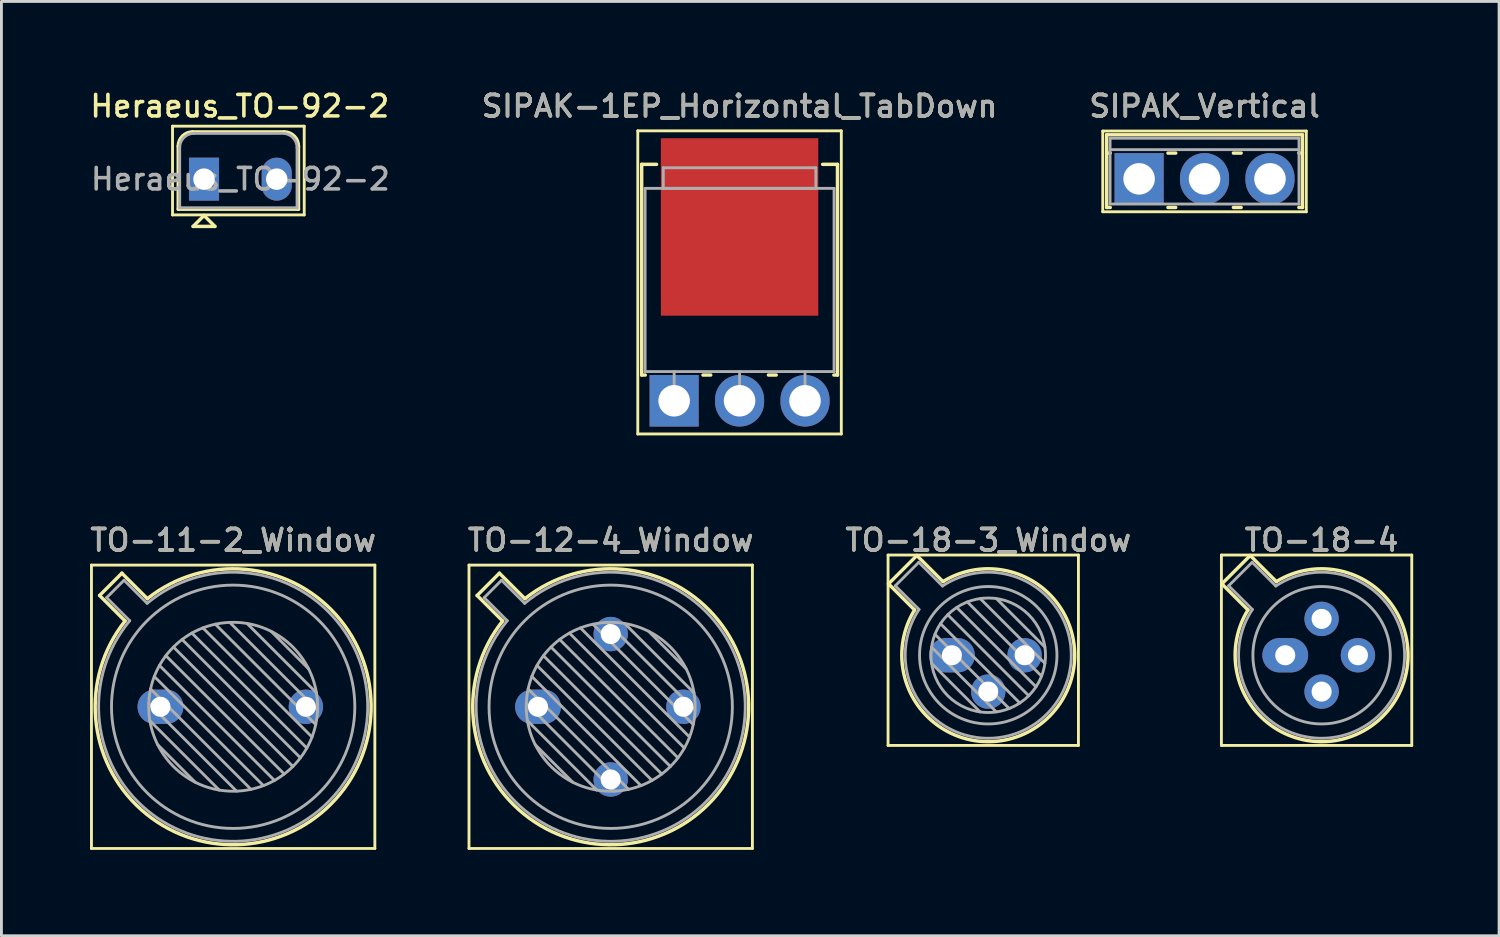
<source format=kicad_pcb>
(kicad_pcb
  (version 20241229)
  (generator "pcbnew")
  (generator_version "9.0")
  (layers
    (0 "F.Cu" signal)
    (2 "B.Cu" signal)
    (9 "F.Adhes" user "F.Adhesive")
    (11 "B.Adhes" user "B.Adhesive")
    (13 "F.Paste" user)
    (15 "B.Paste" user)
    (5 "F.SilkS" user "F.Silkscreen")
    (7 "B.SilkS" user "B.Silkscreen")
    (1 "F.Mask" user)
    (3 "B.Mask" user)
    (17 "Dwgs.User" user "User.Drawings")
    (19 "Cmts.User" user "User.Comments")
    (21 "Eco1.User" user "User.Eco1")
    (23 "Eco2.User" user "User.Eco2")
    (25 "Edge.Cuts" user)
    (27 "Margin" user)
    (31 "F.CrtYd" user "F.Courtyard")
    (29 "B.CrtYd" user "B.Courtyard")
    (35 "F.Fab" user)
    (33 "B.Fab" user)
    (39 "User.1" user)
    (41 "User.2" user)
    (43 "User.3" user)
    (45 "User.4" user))
  (footprint "TO-18-3_Window"
    (layer "F.Cu")
    (at 30.203 19.84)
    (property "Reference" "TO-18-3_Window" (at 1.27 -4.02 0) (layer "F.SilkS") (effects (font (size 0.75 0.75) (thickness 0.125))))
    (attr through_hole)
    (fp_line (start -2.23 -3.5) (end -2.23 3.15) (stroke (width 0.1) (type solid)) (layer "F.SilkS"))
    (fp_line (start -2.23 3.15) (end 4.42 3.15) (stroke (width 0.1) (type solid)) (layer "F.SilkS"))
    (fp_line (start -2.214 -2.494) (end -1.302 -1.582) (stroke (width 0.12) (type solid)) (layer "F.SilkS"))
    (fp_line (start -1.224 -3.484) (end -2.214 -2.494) (stroke (width 0.12) (type solid)) (layer "F.SilkS"))
    (fp_line (start -0.312 -2.572) (end -1.224 -3.484) (stroke (width 0.12) (type solid)) (layer "F.SilkS"))
    (fp_line (start 4.42 -3.5) (end -2.23 -3.5) (stroke (width 0.1) (type solid)) (layer "F.SilkS"))
    (fp_line (start 4.42 3.15) (end 4.42 -3.5) (stroke (width 0.1) (type solid)) (layer "F.SilkS"))
    (fp_arc (start -0.312331 -2.572281) (mid 3.405462 2.135462) (end -1.302281 -1.582331) (stroke (width 0.12) (type solid)) (layer "F.SilkS"))
    (fp_line (start -1.977 -2.426) (end -1.149 -1.599) (stroke (width 0.1) (type solid)) (layer "F.Fab"))
    (fp_line (start -1.156 -3.247) (end -1.977 -2.426) (stroke (width 0.1) (type solid)) (layer "F.Fab"))
    (fp_line (start -0.71 -0.283) (end 1.553 1.98) (stroke (width 0.1) (type solid)) (layer "F.Fab"))
    (fp_line (start -0.71 0.283) (end 0.987 1.98) (stroke (width 0.1) (type solid)) (layer "F.Fab"))
    (fp_line (start -0.592 -0.731) (end 2.001 1.862) (stroke (width 0.1) (type solid)) (layer "F.Fab"))
    (fp_line (start -0.399 -1.103) (end 2.373 1.669) (stroke (width 0.1) (type solid)) (layer "F.Fab"))
    (fp_line (start -0.329 -2.419) (end -1.156 -3.247) (stroke (width 0.1) (type solid)) (layer "F.Fab"))
    (fp_line (start -0.145 -1.415) (end 2.685 1.415) (stroke (width 0.1) (type solid)) (layer "F.Fab"))
    (fp_line (start 0.167 -1.669) (end 2.939 1.103) (stroke (width 0.1) (type solid)) (layer "F.Fab"))
    (fp_line (start 0.539 -1.862) (end 3.132 0.731) (stroke (width 0.1) (type solid)) (layer "F.Fab"))
    (fp_line (start 0.987 -1.98) (end 3.25 0.283) (stroke (width 0.1) (type solid)) (layer "F.Fab"))
    (fp_line (start 1.553 -1.98) (end 3.25 -0.283) (stroke (width 0.1) (type solid)) (layer "F.Fab"))
    (fp_arc (start -0.329057 -2.419301) (mid 3.32061 2.05061) (end -1.149301 -1.599057) (stroke (width 0.1) (type solid)) (layer "F.Fab"))
    (fp_circle (center 1.27 0) (end 3.27 0) (stroke (width 0.1) (type solid)) (fill no) (layer "F.Fab"))
    (fp_circle (center 1.27 0) (end 3.67 0) (stroke (width 0.1) (type solid)) (fill no) (layer "F.Fab"))
    (fp_text user "${REFERENCE}" (at 1.27 -4.02 0) (layer "F.Fab") (effects (font (size 0.75 0.75) (thickness 0.125))))
    (pad "1" thru_hole oval (at 0 0) (size 1.6 1.2) (drill 0.7) (layers "*.Cu" "*.Mask"))
    (pad "2" thru_hole circle (at 1.27 1.27) (size 1.2 1.2) (drill 0.7) (layers "*.Cu" "*.Mask"))
    (pad "3" thru_hole circle (at 2.54 0) (size 1.2 1.2) (drill 0.7) (layers "*.Cu" "*.Mask")))
  (footprint "SIPAK-1EP_Horizontal_TabDown"
    (layer "F.Cu")
    (at 20.5 10.951)
    (property "Reference" "SIPAK-1EP_Horizontal_TabDown" (at 2.286 -10.293 0) (layer "F.SilkS") (effects (font (size 0.75 0.75) (thickness 0.125))))
    (attr through_hole)
    (fp_line (start -1.27 -9.43) (end -1.27 1.16) (stroke (width 0.1) (type solid)) (layer "F.SilkS"))
    (fp_line (start -1.27 1.16) (end 5.84 1.16) (stroke (width 0.1) (type solid)) (layer "F.SilkS"))
    (fp_line (start -1.134 -8.26) (end -1.134 -0.9) (stroke (width 0.12) (type solid)) (layer "F.SilkS"))
    (fp_line (start -1.134 -8.26) (end -0.614 -8.26) (stroke (width 0.12) (type solid)) (layer "F.SilkS"))
    (fp_line (start -1.134 -0.9) (end -1.008 -0.9) (stroke (width 0.12) (type solid)) (layer "F.SilkS"))
    (fp_line (start 1.008 -0.9) (end 1.279 -0.9) (stroke (width 0.12) (type solid)) (layer "F.SilkS"))
    (fp_line (start 3.294 -0.9) (end 3.565 -0.9) (stroke (width 0.12) (type solid)) (layer "F.SilkS"))
    (fp_line (start 5.186 -8.26) (end 5.706 -8.26) (stroke (width 0.12) (type solid)) (layer "F.SilkS"))
    (fp_line (start 5.58 -0.9) (end 5.706 -0.9) (stroke (width 0.12) (type solid)) (layer "F.SilkS"))
    (fp_line (start 5.706 -8.26) (end 5.706 -0.9) (stroke (width 0.12) (type solid)) (layer "F.SilkS"))
    (fp_line (start 5.84 -9.43) (end -1.27 -9.43) (stroke (width 0.1) (type solid)) (layer "F.SilkS"))
    (fp_line (start 5.84 1.16) (end 5.84 -9.43) (stroke (width 0.1) (type solid)) (layer "F.SilkS"))
    (fp_line (start -1.014 -7.42) (end 5.586 -7.42) (stroke (width 0.1) (type solid)) (layer "F.Fab"))
    (fp_line (start -1.014 -1.02) (end -1.014 -7.42) (stroke (width 0.1) (type solid)) (layer "F.Fab"))
    (fp_line (start -0.379 -8.14) (end 4.951 -8.14) (stroke (width 0.1) (type solid)) (layer "F.Fab"))
    (fp_line (start -0.379 -7.42) (end -0.379 -8.14) (stroke (width 0.1) (type solid)) (layer "F.Fab"))
    (fp_line (start 0 -1.02) (end 0 0) (stroke (width 0.1) (type solid)) (layer "F.Fab"))
    (fp_line (start 2.286 -1.02) (end 2.286 0) (stroke (width 0.1) (type solid)) (layer "F.Fab"))
    (fp_line (start 4.572 -1.02) (end 4.572 0) (stroke (width 0.1) (type solid)) (layer "F.Fab"))
    (fp_line (start 4.951 -8.14) (end 4.951 -7.42) (stroke (width 0.1) (type solid)) (layer "F.Fab"))
    (fp_line (start 4.951 -7.42) (end -0.379 -7.42) (stroke (width 0.1) (type solid)) (layer "F.Fab"))
    (fp_line (start 5.586 -7.42) (end 5.586 -1.02) (stroke (width 0.1) (type solid)) (layer "F.Fab"))
    (fp_line (start 5.586 -1.02) (end -1.014 -1.02) (stroke (width 0.1) (type solid)) (layer "F.Fab"))
    (fp_text user "${REFERENCE}" (at 2.286 -10.293 0) (layer "F.Fab") (effects (font (size 0.75 0.75) (thickness 0.125))))
    (pad "1" thru_hole rect (at 0 0) (size 1.714 1.8) (drill 1.1) (layers "*.Cu" "*.Mask"))
    (pad "2" thru_hole oval (at 2.286 0) (size 1.714 1.8) (drill 1.1) (layers "*.Cu" "*.Mask"))
    (pad "3" thru_hole oval (at 4.572 0) (size 1.714 1.8) (drill 1.1) (layers "*.Cu" "*.Mask"))
    (pad "4" smd rect (at 2.286 -6.073) (size 5.5 6.2) (layers "F.Cu" "F.Mask" "F.Paste")))
  (footprint "TO-11-2_Window"
    (layer "F.Cu")
    (at 2.555 21.64)
    (property "Reference" "TO-11-2_Window" (at 2.54 -5.82 0) (layer "F.SilkS") (effects (font (size 0.75 0.75) (thickness 0.125))))
    (attr through_hole)
    (fp_line (start -2.41 -4.95) (end -2.41 4.95) (stroke (width 0.1) (type solid)) (layer "F.SilkS"))
    (fp_line (start -2.41 4.95) (end 7.49 4.95) (stroke (width 0.1) (type solid)) (layer "F.SilkS"))
    (fp_line (start -2.126 -3.888) (end -1.235 -2.997) (stroke (width 0.12) (type solid)) (layer "F.SilkS"))
    (fp_line (start -1.348 -4.666) (end -2.126 -3.888) (stroke (width 0.12) (type solid)) (layer "F.SilkS"))
    (fp_line (start -0.457 -3.775) (end -1.348 -4.666) (stroke (width 0.12) (type solid)) (layer "F.SilkS"))
    (fp_line (start 7.49 -4.95) (end -2.41 -4.95) (stroke (width 0.1) (type solid)) (layer "F.SilkS"))
    (fp_line (start 7.49 4.95) (end 7.49 -4.95) (stroke (width 0.1) (type solid)) (layer "F.SilkS"))
    (fp_arc (start -0.457084 -3.774902) (mid 5.948255 3.408255) (end -1.234902 -2.997084) (stroke (width 0.12) (type solid)) (layer "F.SilkS"))
    (fp_line (start -1.88 -3.812) (end -1.074 -3.005) (stroke (width 0.1) (type solid)) (layer "F.Fab"))
    (fp_line (start -1.272 -4.42) (end -1.88 -3.812) (stroke (width 0.1) (type solid)) (layer "F.Fab"))
    (fp_line (start -0.465 -3.614) (end -1.272 -4.42) (stroke (width 0.1) (type solid)) (layer "F.Fab"))
    (fp_line (start -0.408 -0.12) (end 2.66 2.948) (stroke (width 0.1) (type solid)) (layer "F.Fab"))
    (fp_line (start -0.371 0.485) (end 2.055 2.911) (stroke (width 0.1) (type solid)) (layer "F.Fab"))
    (fp_line (start -0.344 -0.622) (end 3.162 2.884) (stroke (width 0.1) (type solid)) (layer "F.Fab"))
    (fp_line (start -0.215 -1.058) (end 3.598 2.755) (stroke (width 0.1) (type solid)) (layer "F.Fab"))
    (fp_line (start -0.097 1.324) (end 1.216 2.637) (stroke (width 0.1) (type solid)) (layer "F.Fab"))
    (fp_line (start -0.034 -1.443) (end 3.983 2.574) (stroke (width 0.1) (type solid)) (layer "F.Fab"))
    (fp_line (start 0.19 -1.784) (end 4.324 2.35) (stroke (width 0.1) (type solid)) (layer "F.Fab"))
    (fp_line (start 0.454 -2.086) (end 4.626 2.086) (stroke (width 0.1) (type solid)) (layer "F.Fab"))
    (fp_line (start 0.756 -2.35) (end 4.89 1.784) (stroke (width 0.1) (type solid)) (layer "F.Fab"))
    (fp_line (start 1.097 -2.574) (end 5.114 1.443) (stroke (width 0.1) (type solid)) (layer "F.Fab"))
    (fp_line (start 1.482 -2.755) (end 5.295 1.058) (stroke (width 0.1) (type solid)) (layer "F.Fab"))
    (fp_line (start 1.918 -2.884) (end 5.424 0.622) (stroke (width 0.1) (type solid)) (layer "F.Fab"))
    (fp_line (start 2.42 -2.948) (end 5.488 0.12) (stroke (width 0.1) (type solid)) (layer "F.Fab"))
    (fp_line (start 3.025 -2.911) (end 5.451 -0.485) (stroke (width 0.1) (type solid)) (layer "F.Fab"))
    (fp_line (start 3.864 -2.637) (end 5.177 -1.324) (stroke (width 0.1) (type solid)) (layer "F.Fab"))
    (fp_arc (start -0.465408 -3.61352) (mid 5.863402 3.323402) (end -1.07352 -3.005408) (stroke (width 0.1) (type solid)) (layer "F.Fab"))
    (fp_circle (center 2.54 0) (end 5.49 0) (stroke (width 0.1) (type solid)) (fill no) (layer "F.Fab"))
    (fp_circle (center 2.54 0) (end 6.79 0) (stroke (width 0.1) (type solid)) (fill no) (layer "F.Fab"))
    (fp_text user "${REFERENCE}" (at 2.54 -5.82 0) (layer "F.Fab") (effects (font (size 0.75 0.75) (thickness 0.125))))
    (pad "1" thru_hole oval (at 0 0) (size 1.6 1.2) (drill 0.7) (layers "*.Cu" "*.Mask"))
    (pad "2" thru_hole circle (at 5.08 0) (size 1.2 1.2) (drill 0.7) (layers "*.Cu" "*.Mask")))
  (footprint "TO-18-4"
    (layer "F.Cu")
    (at 41.848 19.84)
    (property "Reference" "TO-18-4" (at 1.27 -4.02 0) (layer "F.SilkS") (effects (font (size 0.75 0.75) (thickness 0.125))))
    (attr through_hole)
    (fp_line (start -2.23 -3.5) (end -2.23 3.15) (stroke (width 0.1) (type solid)) (layer "F.SilkS"))
    (fp_line (start -2.23 3.15) (end 4.42 3.15) (stroke (width 0.1) (type solid)) (layer "F.SilkS"))
    (fp_line (start -2.214 -2.494) (end -1.302 -1.582) (stroke (width 0.12) (type solid)) (layer "F.SilkS"))
    (fp_line (start -1.224 -3.484) (end -2.214 -2.494) (stroke (width 0.12) (type solid)) (layer "F.SilkS"))
    (fp_line (start -0.312 -2.572) (end -1.224 -3.484) (stroke (width 0.12) (type solid)) (layer "F.SilkS"))
    (fp_line (start 4.42 -3.5) (end -2.23 -3.5) (stroke (width 0.1) (type solid)) (layer "F.SilkS"))
    (fp_line (start 4.42 3.15) (end 4.42 -3.5) (stroke (width 0.1) (type solid)) (layer "F.SilkS"))
    (fp_arc (start -0.312331 -2.572281) (mid 3.405462 2.135462) (end -1.302281 -1.582331) (stroke (width 0.12) (type solid)) (layer "F.SilkS"))
    (fp_line (start -1.977 -2.426) (end -1.149 -1.599) (stroke (width 0.1) (type solid)) (layer "F.Fab"))
    (fp_line (start -1.156 -3.247) (end -1.977 -2.426) (stroke (width 0.1) (type solid)) (layer "F.Fab"))
    (fp_line (start -0.329 -2.419) (end -1.156 -3.247) (stroke (width 0.1) (type solid)) (layer "F.Fab"))
    (fp_arc (start -0.329057 -2.419301) (mid 3.32061 2.05061) (end -1.149301 -1.599057) (stroke (width 0.1) (type solid)) (layer "F.Fab"))
    (fp_circle (center 1.27 0) (end 3.67 0) (stroke (width 0.1) (type solid)) (fill no) (layer "F.Fab"))
    (fp_text user "${REFERENCE}" (at 1.27 -4.02 0) (layer "F.Fab") (effects (font (size 0.75 0.75) (thickness 0.125))))
    (pad "1" thru_hole oval (at 0 0) (size 1.6 1.2) (drill 0.7) (layers "*.Cu" "*.Mask"))
    (pad "2" thru_hole circle (at 1.27 1.27) (size 1.2 1.2) (drill 0.7) (layers "*.Cu" "*.Mask"))
    (pad "3" thru_hole circle (at 2.54 0) (size 1.2 1.2) (drill 0.7) (layers "*.Cu" "*.Mask"))
    (pad "4" thru_hole circle (at 1.27 -1.27) (size 1.2 1.2) (drill 0.7) (layers "*.Cu" "*.Mask")))
  (footprint "SIPAK_Vertical"
    (layer "F.Cu")
    (at 36.743 3.198)
    (property "Reference" "SIPAK_Vertical" (at 2.286 -2.54 0) (layer "F.SilkS") (effects (font (size 0.75 0.75) (thickness 0.125))))
    (attr through_hole)
    (fp_line (start -1.27 -1.67) (end -1.27 1.15) (stroke (width 0.1) (type solid)) (layer "F.SilkS"))
    (fp_line (start -1.27 1.15) (end 5.84 1.15) (stroke (width 0.1) (type solid)) (layer "F.SilkS"))
    (fp_line (start -1.134 -1.54) (end -1.134 1) (stroke (width 0.12) (type solid)) (layer "F.SilkS"))
    (fp_line (start -1.134 -1.54) (end 5.706 -1.54) (stroke (width 0.12) (type solid)) (layer "F.SilkS"))
    (fp_line (start -1.134 -0.9) (end -1.008 -0.9) (stroke (width 0.12) (type solid)) (layer "F.SilkS"))
    (fp_line (start -1.134 1) (end -1.008 1) (stroke (width 0.12) (type solid)) (layer "F.SilkS"))
    (fp_line (start 1.008 -0.9) (end 1.279 -0.9) (stroke (width 0.12) (type solid)) (layer "F.SilkS"))
    (fp_line (start 1.008 1) (end 1.279 1) (stroke (width 0.12) (type solid)) (layer "F.SilkS"))
    (fp_line (start 3.294 -0.9) (end 3.565 -0.9) (stroke (width 0.12) (type solid)) (layer "F.SilkS"))
    (fp_line (start 3.294 1) (end 3.565 1) (stroke (width 0.12) (type solid)) (layer "F.SilkS"))
    (fp_line (start 5.58 -0.9) (end 5.706 -0.9) (stroke (width 0.12) (type solid)) (layer "F.SilkS"))
    (fp_line (start 5.58 1) (end 5.706 1) (stroke (width 0.12) (type solid)) (layer "F.SilkS"))
    (fp_line (start 5.706 -1.54) (end 5.706 1) (stroke (width 0.12) (type solid)) (layer "F.SilkS"))
    (fp_line (start 5.84 -1.67) (end -1.27 -1.67) (stroke (width 0.1) (type solid)) (layer "F.SilkS"))
    (fp_line (start 5.84 1.15) (end 5.84 -1.67) (stroke (width 0.1) (type solid)) (layer "F.SilkS"))
    (fp_line (start -1.014 -1.42) (end -1.014 0.88) (stroke (width 0.1) (type solid)) (layer "F.Fab"))
    (fp_line (start -1.014 -1.02) (end 5.586 -1.02) (stroke (width 0.1) (type solid)) (layer "F.Fab"))
    (fp_line (start -1.014 0.88) (end 5.586 0.88) (stroke (width 0.1) (type solid)) (layer "F.Fab"))
    (fp_line (start 5.586 -1.42) (end -1.014 -1.42) (stroke (width 0.1) (type solid)) (layer "F.Fab"))
    (fp_line (start 5.586 0.88) (end 5.586 -1.42) (stroke (width 0.1) (type solid)) (layer "F.Fab"))
    (fp_text user "${REFERENCE}" (at 2.286 -2.54 0) (layer "F.Fab") (effects (font (size 0.75 0.75) (thickness 0.125))))
    (pad "1" thru_hole rect (at 0 0) (size 1.714 1.8) (drill 1.1) (layers "*.Cu" "*.Mask"))
    (pad "2" thru_hole oval (at 2.286 0) (size 1.714 1.8) (drill 1.1) (layers "*.Cu" "*.Mask"))
    (pad "3" thru_hole oval (at 4.572 0) (size 1.714 1.8) (drill 1.1) (layers "*.Cu" "*.Mask")))
  (footprint "TO-12-4_Window"
    (layer "F.Cu")
    (at 15.744 21.64)
    (property "Reference" "TO-12-4_Window" (at 2.54 -5.82 0) (layer "F.SilkS") (effects (font (size 0.75 0.75) (thickness 0.125))))
    (attr through_hole)
    (fp_line (start -2.41 -4.95) (end -2.41 4.95) (stroke (width 0.1) (type solid)) (layer "F.SilkS"))
    (fp_line (start -2.41 4.95) (end 7.49 4.95) (stroke (width 0.1) (type solid)) (layer "F.SilkS"))
    (fp_line (start -2.126 -3.888) (end -1.235 -2.997) (stroke (width 0.12) (type solid)) (layer "F.SilkS"))
    (fp_line (start -1.348 -4.666) (end -2.126 -3.888) (stroke (width 0.12) (type solid)) (layer "F.SilkS"))
    (fp_line (start -0.457 -3.775) (end -1.348 -4.666) (stroke (width 0.12) (type solid)) (layer "F.SilkS"))
    (fp_line (start 7.49 -4.95) (end -2.41 -4.95) (stroke (width 0.1) (type solid)) (layer "F.SilkS"))
    (fp_line (start 7.49 4.95) (end 7.49 -4.95) (stroke (width 0.1) (type solid)) (layer "F.SilkS"))
    (fp_arc (start -0.457084 -3.774902) (mid 5.948255 3.408255) (end -1.234902 -2.997084) (stroke (width 0.12) (type solid)) (layer "F.SilkS"))
    (fp_line (start -1.88 -3.812) (end -1.074 -3.005) (stroke (width 0.1) (type solid)) (layer "F.Fab"))
    (fp_line (start -1.272 -4.42) (end -1.88 -3.812) (stroke (width 0.1) (type solid)) (layer "F.Fab"))
    (fp_line (start -0.465 -3.614) (end -1.272 -4.42) (stroke (width 0.1) (type solid)) (layer "F.Fab"))
    (fp_line (start -0.408 -0.12) (end 2.66 2.948) (stroke (width 0.1) (type solid)) (layer "F.Fab"))
    (fp_line (start -0.371 0.485) (end 2.055 2.911) (stroke (width 0.1) (type solid)) (layer "F.Fab"))
    (fp_line (start -0.344 -0.622) (end 3.162 2.884) (stroke (width 0.1) (type solid)) (layer "F.Fab"))
    (fp_line (start -0.215 -1.058) (end 3.598 2.755) (stroke (width 0.1) (type solid)) (layer "F.Fab"))
    (fp_line (start -0.097 1.324) (end 1.216 2.637) (stroke (width 0.1) (type solid)) (layer "F.Fab"))
    (fp_line (start -0.034 -1.443) (end 3.983 2.574) (stroke (width 0.1) (type solid)) (layer "F.Fab"))
    (fp_line (start 0.19 -1.784) (end 4.324 2.35) (stroke (width 0.1) (type solid)) (layer "F.Fab"))
    (fp_line (start 0.454 -2.086) (end 4.626 2.086) (stroke (width 0.1) (type solid)) (layer "F.Fab"))
    (fp_line (start 0.756 -2.35) (end 4.89 1.784) (stroke (width 0.1) (type solid)) (layer "F.Fab"))
    (fp_line (start 1.097 -2.574) (end 5.114 1.443) (stroke (width 0.1) (type solid)) (layer "F.Fab"))
    (fp_line (start 1.482 -2.755) (end 5.295 1.058) (stroke (width 0.1) (type solid)) (layer "F.Fab"))
    (fp_line (start 1.918 -2.884) (end 5.424 0.622) (stroke (width 0.1) (type solid)) (layer "F.Fab"))
    (fp_line (start 2.42 -2.948) (end 5.488 0.12) (stroke (width 0.1) (type solid)) (layer "F.Fab"))
    (fp_line (start 3.025 -2.911) (end 5.451 -0.485) (stroke (width 0.1) (type solid)) (layer "F.Fab"))
    (fp_line (start 3.864 -2.637) (end 5.177 -1.324) (stroke (width 0.1) (type solid)) (layer "F.Fab"))
    (fp_arc (start -0.465408 -3.61352) (mid 5.863402 3.323402) (end -1.07352 -3.005408) (stroke (width 0.1) (type solid)) (layer "F.Fab"))
    (fp_circle (center 2.54 0) (end 5.49 0) (stroke (width 0.1) (type solid)) (fill no) (layer "F.Fab"))
    (fp_circle (center 2.54 0) (end 6.79 0) (stroke (width 0.1) (type solid)) (fill no) (layer "F.Fab"))
    (fp_text user "${REFERENCE}" (at 2.54 -5.82 0) (layer "F.Fab") (effects (font (size 0.75 0.75) (thickness 0.125))))
    (pad "1" thru_hole oval (at 0 0) (size 1.6 1.2) (drill 0.7) (layers "*.Cu" "*.Mask"))
    (pad "2" thru_hole circle (at 2.54 2.54) (size 1.2 1.2) (drill 0.7) (layers "*.Cu" "*.Mask"))
    (pad "3" thru_hole circle (at 5.08 0) (size 1.2 1.2) (drill 0.7) (layers "*.Cu" "*.Mask"))
    (pad "4" thru_hole circle (at 2.54 -2.54) (size 1.2 1.2) (drill 0.7) (layers "*.Cu" "*.Mask")))
  (footprint "Heraeus_TO-92-2"
    (layer "F.Cu")
    (at 4.077 3.208)
    (property "Reference" "Heraeus_TO-92-2" (at 1.25 -2.55 0) (layer "F.SilkS") (effects (font (size 0.75 0.75) (thickness 0.125))))
    (attr through_hole)
    (fp_line (start -1.1 -1.85) (end -1.1 1.25) (stroke (width 0.1) (type solid)) (layer "F.SilkS"))
    (fp_line (start -1.1 1.25) (end 3.5 1.25) (stroke (width 0.1) (type solid)) (layer "F.SilkS"))
    (fp_line (start -0.9 1.05) (end -0.9 -1.15) (stroke (width 0.12) (type solid)) (layer "F.SilkS"))
    (fp_line (start -0.4 -1.65) (end 2.8 -1.65) (stroke (width 0.12) (type solid)) (layer "F.SilkS"))
    (fp_line (start -0.381 1.651) (end 0.381 1.651) (stroke (width 0.12) (type solid)) (layer "F.SilkS"))
    (fp_line (start 0 1.27) (end -0.381 1.651) (stroke (width 0.12) (type solid)) (layer "F.SilkS"))
    (fp_line (start 0.381 1.651) (end 0 1.27) (stroke (width 0.12) (type solid)) (layer "F.SilkS"))
    (fp_line (start 3.3 -1.15) (end 3.3 1.05) (stroke (width 0.12) (type solid)) (layer "F.SilkS"))
    (fp_line (start 3.3 1.05) (end -0.9 1.05) (stroke (width 0.12) (type solid)) (layer "F.SilkS"))
    (fp_line (start 3.5 -1.85) (end -1.1 -1.85) (stroke (width 0.1) (type solid)) (layer "F.SilkS"))
    (fp_line (start 3.5 1.25) (end 3.5 -1.85) (stroke (width 0.1) (type solid)) (layer "F.SilkS"))
    (fp_arc (start -0.9 -1.15) (mid -0.753553 -1.503553) (end -0.4 -1.65) (stroke (width 0.12) (type solid)) (layer "F.SilkS"))
    (fp_arc (start 2.8 -1.65) (mid 3.153553 -1.503553) (end 3.3 -1.15) (stroke (width 0.12) (type solid)) (layer "F.SilkS"))
    (fp_line (start -0.85 -1.1) (end -0.85 1) (stroke (width 0.1) (type solid)) (layer "F.Fab"))
    (fp_line (start -0.85 1) (end 3.25 1) (stroke (width 0.1) (type solid)) (layer "F.Fab"))
    (fp_line (start 2.7 -1.6) (end -0.35 -1.6) (stroke (width 0.1) (type solid)) (layer "F.Fab"))
    (fp_line (start 3.25 1) (end 3.25 -1.1) (stroke (width 0.1) (type solid)) (layer "F.Fab"))
    (fp_arc (start -0.85 -1.1) (mid -0.703553 -1.453553) (end -0.35 -1.6) (stroke (width 0.1) (type solid)) (layer "F.Fab"))
    (fp_arc (start 2.75 -1.6) (mid 3.103553 -1.453553) (end 3.25 -1.1) (stroke (width 0.1) (type solid)) (layer "F.Fab"))
    (fp_text user "${REFERENCE}" (at 1.27 0 0) (layer "F.Fab") (effects (font (size 0.75 0.75) (thickness 0.125))))
    (pad "1" thru_hole rect (at 0 0) (size 1.05 1.5) (drill 0.75) (layers "*.Cu" "*.Mask"))
    (pad "2" thru_hole oval (at 2.54 0) (size 1.05 1.5) (drill 0.75) (layers "*.Cu" "*.Mask")))
  (gr_rect
    (start -3 -3)
    (end 49.318 29.64)
    (stroke (width 0.1) (type default))
    (fill no)
    (layer "Edge.Cuts")))
</source>
